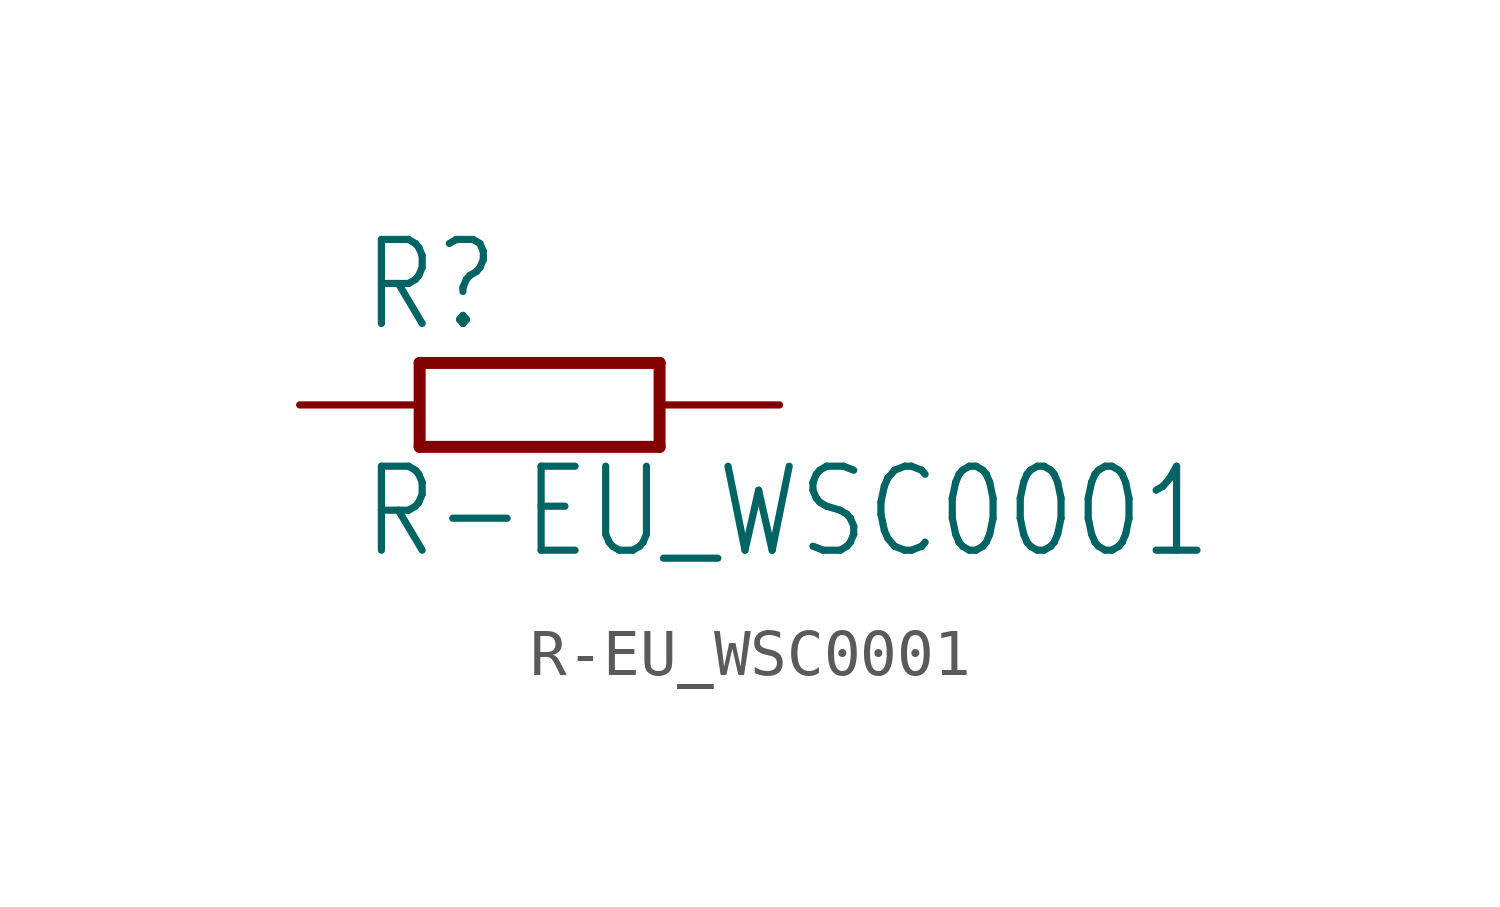
<source format=kicad_sym>
(kicad_symbol_lib
  (version 20220331)
  (generator kicad_symbol_editor)
  (symbol "R-EU_WSC0001"
    (property "Reference" "R"
      (at -3.81 1.499 0)
      (effects (font (size 1.778 1.511)) (justify left bottom)))
    (property "Value" "R-EU_WSC0001"
      (at -3.81 -3.302 0)
      (effects (font (size 1.778 1.511)) (justify left bottom)))
    (property "ki_locked" ""
      (at 0 0 0)
      (effects (font (size 1.27 1.27))))
    (symbol "R-EU_WSC0001_1_0"
      (polyline (pts (xy -2.54 -0.889) (xy -2.54 0.889)) (stroke (width 0.254) (type solid)) (fill (type none)))
      (polyline (pts (xy -2.54 -0.889) (xy 2.54 -0.889)) (stroke (width 0.254) (type solid)) (fill (type none)))
      (polyline (pts (xy 2.54 -0.889) (xy 2.54 0.889)) (stroke (width 0.254) (type solid)) (fill (type none)))
      (polyline (pts (xy 2.54 0.889) (xy -2.54 0.889)) (stroke (width 0.254) (type solid)) (fill (type none)))
      (pin passive line (at -5.08 0 0) (length 2.54) (name "1" (effects (font (size 0 0)))) (number "1" (effects (font (size 0 0)))))
      (pin passive line (at 5.08 0 180) (length 2.54) (name "2" (effects (font (size 0 0)))) (number "2" (effects (font (size 0 0))))))))
</source>
